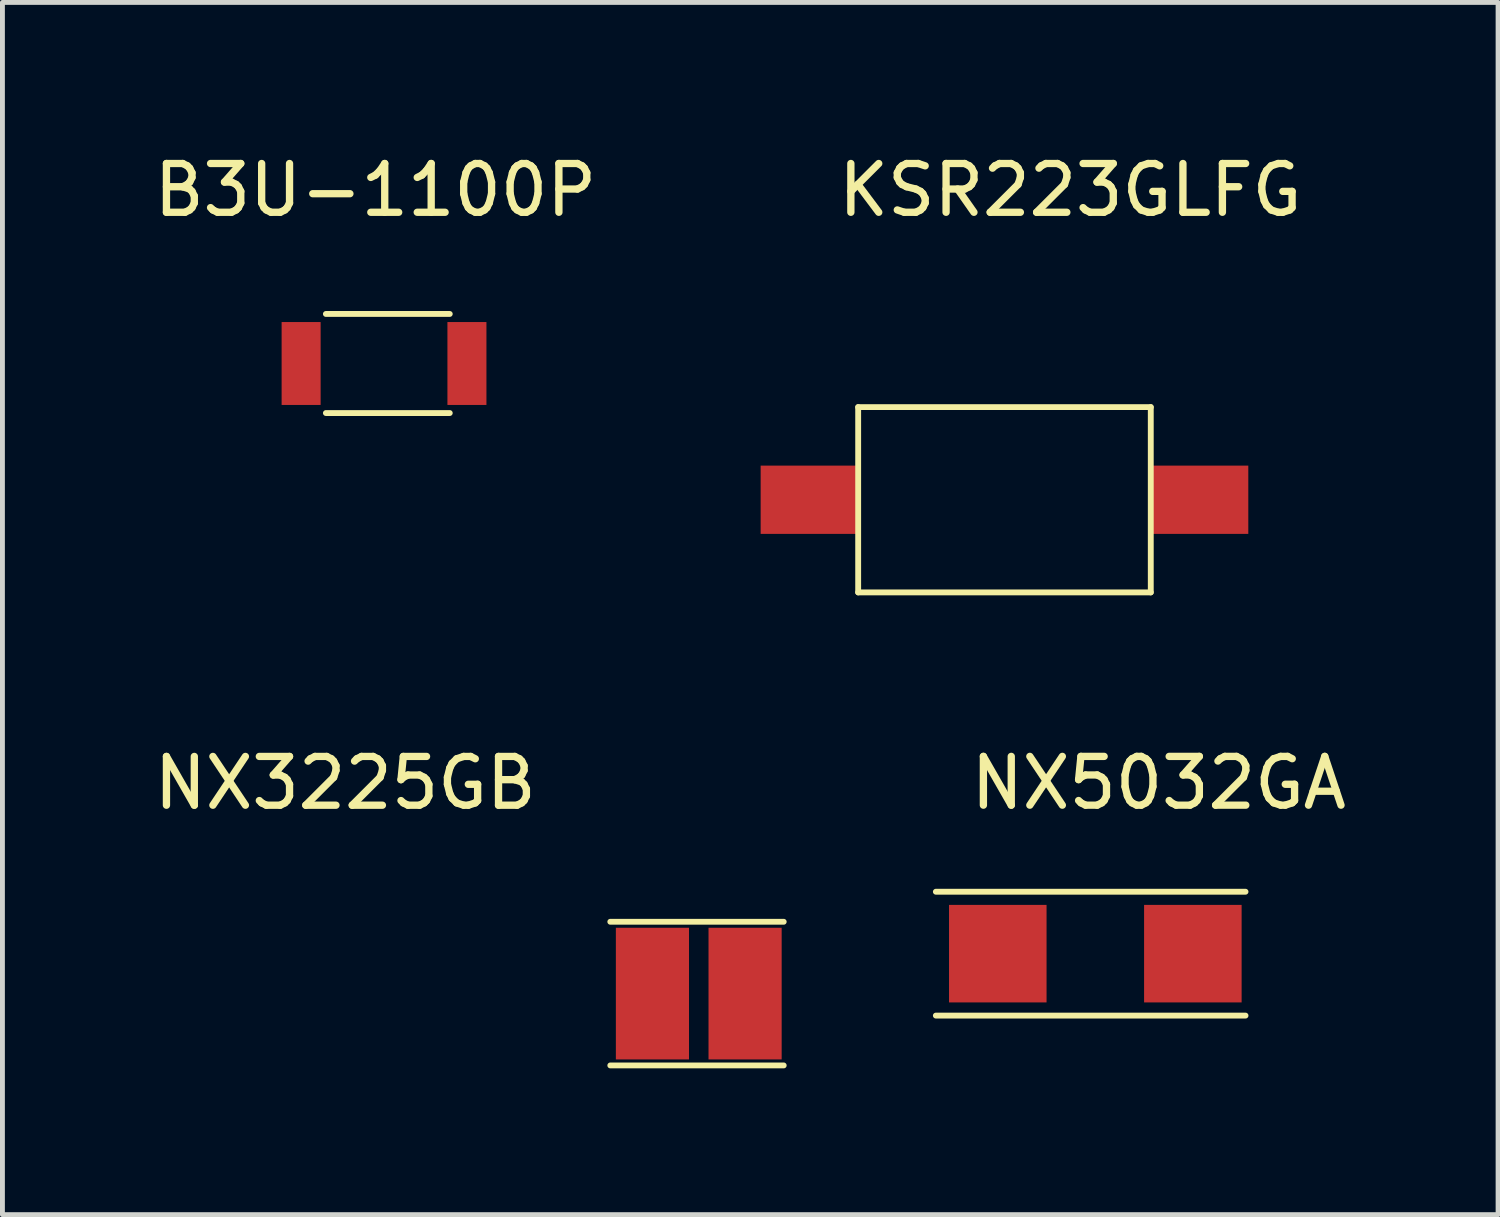
<source format=kicad_pcb>
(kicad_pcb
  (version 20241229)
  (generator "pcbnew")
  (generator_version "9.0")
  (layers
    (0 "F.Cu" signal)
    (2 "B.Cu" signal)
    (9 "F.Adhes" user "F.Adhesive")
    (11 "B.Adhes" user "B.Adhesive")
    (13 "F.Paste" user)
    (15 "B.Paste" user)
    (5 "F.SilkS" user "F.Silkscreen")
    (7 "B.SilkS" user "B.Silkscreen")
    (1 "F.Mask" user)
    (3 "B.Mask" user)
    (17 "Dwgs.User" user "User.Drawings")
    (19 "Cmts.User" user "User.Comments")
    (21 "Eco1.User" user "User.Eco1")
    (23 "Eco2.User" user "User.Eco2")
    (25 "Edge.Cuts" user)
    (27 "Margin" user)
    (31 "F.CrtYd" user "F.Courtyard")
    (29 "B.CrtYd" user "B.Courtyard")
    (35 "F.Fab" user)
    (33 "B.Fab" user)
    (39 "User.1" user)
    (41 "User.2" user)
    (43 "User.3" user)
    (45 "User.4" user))
  (footprint "NX5032GA"
    (layer "F.Cu")
    (at 17.411 16.506)
    (property "Reference" "NX5032GA" (at 3.3 -3.5 0) (layer "F.SilkS") (effects (font (size 1 1) (thickness 0.15))))
    (attr through_hole)
    (fp_line (start -1.27 -1.27) (end 5.08 -1.27) (stroke (width 0.12) (type solid)) (layer "F.SilkS"))
    (fp_line (start -1.27 1.27) (end 5.08 1.27) (stroke (width 0.12) (type solid)) (layer "F.SilkS"))
    (pad "1" smd rect (at 0 0) (size 2 2) (layers "F.Cu" "F.Mask" "F.Paste"))
    (pad "2" smd rect (at 4 0) (size 2 2) (layers "F.Cu" "F.Mask" "F.Paste")))
  (footprint "NX3225GB"
    (layer "F.Cu")
    (at 10.329 17.325)
    (property "Reference" "NX3225GB" (at -6.299 -4.318 0) (layer "F.SilkS") (effects (font (size 1 1) (thickness 0.15))))
    (attr through_hole)
    (fp_line (start -0.864 -1.473) (end 2.692 -1.473) (stroke (width 0.12) (type solid)) (layer "F.SilkS"))
    (fp_line (start -0.864 1.473) (end 2.692 1.473) (stroke (width 0.12) (type solid)) (layer "F.SilkS"))
    (pad "1" smd rect (at 0 0) (size 1.5 2.7) (layers "F.Cu" "F.Mask" "F.Paste"))
    (pad "2" smd rect (at 1.9 0) (size 1.5 2.7) (layers "F.Cu" "F.Mask" "F.Paste")))
  (footprint "KSR223GLFG"
    (layer "F.Cu")
    (at 12.548 7.198)
    (property "Reference" "KSR223GLFG" (at 6.35 -6.35 0) (layer "F.SilkS") (effects (font (size 1 1) (thickness 0.15))))
    (attr through_hole)
    (fp_line (start 2 -1.9) (end 8 -1.9) (stroke (width 0.12) (type solid)) (layer "F.SilkS"))
    (fp_line (start 2 1.9) (end 2 -1.9) (stroke (width 0.12) (type solid)) (layer "F.SilkS"))
    (fp_line (start 2 1.9) (end 8 1.9) (stroke (width 0.12) (type solid)) (layer "F.SilkS"))
    (fp_line (start 8 -1.9) (end 8 1.9) (stroke (width 0.12) (type solid)) (layer "F.SilkS"))
    (pad "1" smd rect (at 1 0) (size 2 1.4) (layers "F.Cu" "F.Mask" "F.Paste"))
    (pad "2" smd rect (at 9 0) (size 2 1.4) (layers "F.Cu" "F.Mask" "F.Paste")))
  (footprint "B3U-1100P"
    (layer "F.Cu")
    (at 3.125 4.404)
    (property "Reference" "B3U-1100P" (at 1.524 -3.556 0) (layer "F.SilkS") (effects (font (size 1 1) (thickness 0.15))))
    (attr through_hole)
    (fp_line (start 0.508 -1.016) (end 3.048 -1.016) (stroke (width 0.12) (type solid)) (layer "F.SilkS"))
    (fp_line (start 0.508 1.016) (end 3.048 1.016) (stroke (width 0.12) (type solid)) (layer "F.SilkS"))
    (pad "1" smd rect (at 0 0) (size 0.8 1.7) (layers "F.Cu" "F.Mask" "F.Paste"))
    (pad "2" smd rect (at 3.4 0) (size 0.8 1.7) (layers "F.Cu" "F.Mask" "F.Paste")))
  (gr_rect
    (start -3 -3)
    (end 27.67 21.858)
    (stroke (width 0.1) (type default))
    (fill no)
    (layer "Edge.Cuts")))
</source>
